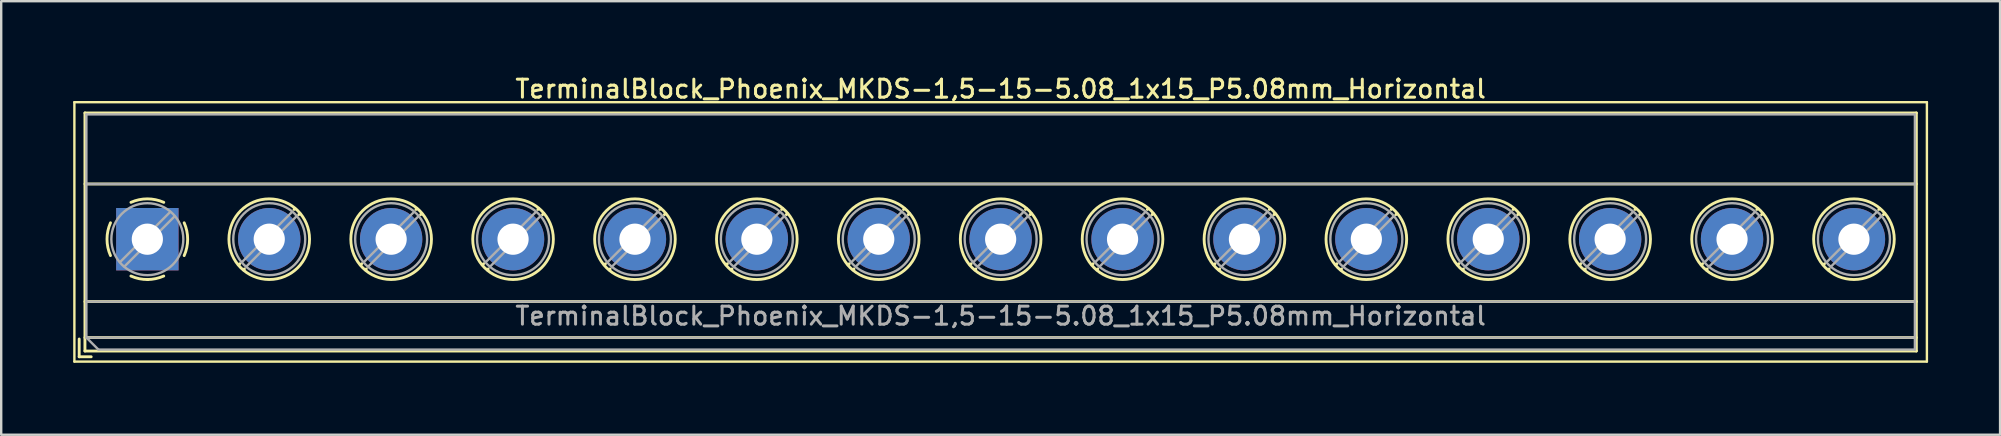
<source format=kicad_pcb>
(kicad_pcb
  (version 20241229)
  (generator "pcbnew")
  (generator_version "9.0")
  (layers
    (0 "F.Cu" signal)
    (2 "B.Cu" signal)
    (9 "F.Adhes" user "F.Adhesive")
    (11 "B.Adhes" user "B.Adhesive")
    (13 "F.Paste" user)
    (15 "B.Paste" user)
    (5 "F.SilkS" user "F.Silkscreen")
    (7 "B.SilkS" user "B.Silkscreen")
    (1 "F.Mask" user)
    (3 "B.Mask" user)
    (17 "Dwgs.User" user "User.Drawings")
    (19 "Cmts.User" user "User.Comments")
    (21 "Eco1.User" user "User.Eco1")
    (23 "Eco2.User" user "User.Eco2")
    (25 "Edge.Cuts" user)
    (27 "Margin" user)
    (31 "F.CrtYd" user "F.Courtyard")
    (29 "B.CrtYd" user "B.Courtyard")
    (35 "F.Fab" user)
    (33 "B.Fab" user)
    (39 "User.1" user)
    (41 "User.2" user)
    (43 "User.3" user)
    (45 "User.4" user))
  (footprint "TerminalBlock_Phoenix_MKDS-1,5-15-5.08_1x15_P5.08mm_Horizontal"
    (layer "F.Cu")
    (at 3.09 6.918)
    (property "Reference" "TerminalBlock_Phoenix_MKDS-1,5-15-5.08_1x15_P5.08mm_Horizontal" (at 35.56 -6.26 0) (layer "F.SilkS") (effects (font (size 0.75 0.75) (thickness 0.125))))
    (attr through_hole)
    (fp_line (start -3.04 -5.71) (end -3.04 5.1) (stroke (width 0.1) (type solid)) (layer "F.SilkS"))
    (fp_line (start -3.04 5.1) (end 74.16 5.1) (stroke (width 0.1) (type solid)) (layer "F.SilkS"))
    (fp_line (start -2.84 4.16) (end -2.84 4.9) (stroke (width 0.12) (type solid)) (layer "F.SilkS"))
    (fp_line (start -2.84 4.9) (end -2.34 4.9) (stroke (width 0.12) (type solid)) (layer "F.SilkS"))
    (fp_line (start -2.6 -5.261) (end -2.6 4.66) (stroke (width 0.12) (type solid)) (layer "F.SilkS"))
    (fp_line (start -2.6 -5.261) (end 73.721 -5.261) (stroke (width 0.12) (type solid)) (layer "F.SilkS"))
    (fp_line (start -2.6 -2.301) (end 73.721 -2.301) (stroke (width 0.12) (type solid)) (layer "F.SilkS"))
    (fp_line (start -2.6 2.6) (end 73.721 2.6) (stroke (width 0.12) (type solid)) (layer "F.SilkS"))
    (fp_line (start -2.6 4.1) (end 73.721 4.1) (stroke (width 0.12) (type solid)) (layer "F.SilkS"))
    (fp_line (start -2.6 4.66) (end 73.721 4.66) (stroke (width 0.12) (type solid)) (layer "F.SilkS"))
    (fp_line (start 3.853 1.023) (end 3.806 1.069) (stroke (width 0.12) (type solid)) (layer "F.SilkS"))
    (fp_line (start 4.046 1.239) (end 4.011 1.274) (stroke (width 0.12) (type solid)) (layer "F.SilkS"))
    (fp_line (start 6.15 -1.275) (end 6.115 -1.239) (stroke (width 0.12) (type solid)) (layer "F.SilkS"))
    (fp_line (start 6.355 -1.069) (end 6.308 -1.023) (stroke (width 0.12) (type solid)) (layer "F.SilkS"))
    (fp_line (start 8.933 1.023) (end 8.886 1.069) (stroke (width 0.12) (type solid)) (layer "F.SilkS"))
    (fp_line (start 9.126 1.239) (end 9.091 1.274) (stroke (width 0.12) (type solid)) (layer "F.SilkS"))
    (fp_line (start 11.23 -1.275) (end 11.195 -1.239) (stroke (width 0.12) (type solid)) (layer "F.SilkS"))
    (fp_line (start 11.435 -1.069) (end 11.388 -1.023) (stroke (width 0.12) (type solid)) (layer "F.SilkS"))
    (fp_line (start 14.013 1.023) (end 13.966 1.069) (stroke (width 0.12) (type solid)) (layer "F.SilkS"))
    (fp_line (start 14.206 1.239) (end 14.171 1.274) (stroke (width 0.12) (type solid)) (layer "F.SilkS"))
    (fp_line (start 16.31 -1.275) (end 16.275 -1.239) (stroke (width 0.12) (type solid)) (layer "F.SilkS"))
    (fp_line (start 16.515 -1.069) (end 16.468 -1.023) (stroke (width 0.12) (type solid)) (layer "F.SilkS"))
    (fp_line (start 19.093 1.023) (end 19.046 1.069) (stroke (width 0.12) (type solid)) (layer "F.SilkS"))
    (fp_line (start 19.286 1.239) (end 19.251 1.274) (stroke (width 0.12) (type solid)) (layer "F.SilkS"))
    (fp_line (start 21.39 -1.275) (end 21.355 -1.239) (stroke (width 0.12) (type solid)) (layer "F.SilkS"))
    (fp_line (start 21.595 -1.069) (end 21.548 -1.023) (stroke (width 0.12) (type solid)) (layer "F.SilkS"))
    (fp_line (start 24.173 1.023) (end 24.126 1.069) (stroke (width 0.12) (type solid)) (layer "F.SilkS"))
    (fp_line (start 24.366 1.239) (end 24.331 1.274) (stroke (width 0.12) (type solid)) (layer "F.SilkS"))
    (fp_line (start 26.47 -1.275) (end 26.435 -1.239) (stroke (width 0.12) (type solid)) (layer "F.SilkS"))
    (fp_line (start 26.675 -1.069) (end 26.628 -1.023) (stroke (width 0.12) (type solid)) (layer "F.SilkS"))
    (fp_line (start 29.253 1.023) (end 29.206 1.069) (stroke (width 0.12) (type solid)) (layer "F.SilkS"))
    (fp_line (start 29.446 1.239) (end 29.411 1.274) (stroke (width 0.12) (type solid)) (layer "F.SilkS"))
    (fp_line (start 31.55 -1.275) (end 31.515 -1.239) (stroke (width 0.12) (type solid)) (layer "F.SilkS"))
    (fp_line (start 31.755 -1.069) (end 31.708 -1.023) (stroke (width 0.12) (type solid)) (layer "F.SilkS"))
    (fp_line (start 34.333 1.023) (end 34.286 1.069) (stroke (width 0.12) (type solid)) (layer "F.SilkS"))
    (fp_line (start 34.526 1.239) (end 34.491 1.274) (stroke (width 0.12) (type solid)) (layer "F.SilkS"))
    (fp_line (start 36.63 -1.275) (end 36.595 -1.239) (stroke (width 0.12) (type solid)) (layer "F.SilkS"))
    (fp_line (start 36.835 -1.069) (end 36.788 -1.023) (stroke (width 0.12) (type solid)) (layer "F.SilkS"))
    (fp_line (start 39.413 1.023) (end 39.366 1.069) (stroke (width 0.12) (type solid)) (layer "F.SilkS"))
    (fp_line (start 39.606 1.239) (end 39.571 1.274) (stroke (width 0.12) (type solid)) (layer "F.SilkS"))
    (fp_line (start 41.71 -1.275) (end 41.675 -1.239) (stroke (width 0.12) (type solid)) (layer "F.SilkS"))
    (fp_line (start 41.915 -1.069) (end 41.868 -1.023) (stroke (width 0.12) (type solid)) (layer "F.SilkS"))
    (fp_line (start 44.493 1.023) (end 44.446 1.069) (stroke (width 0.12) (type solid)) (layer "F.SilkS"))
    (fp_line (start 44.686 1.239) (end 44.651 1.274) (stroke (width 0.12) (type solid)) (layer "F.SilkS"))
    (fp_line (start 46.79 -1.275) (end 46.755 -1.239) (stroke (width 0.12) (type solid)) (layer "F.SilkS"))
    (fp_line (start 46.995 -1.069) (end 46.948 -1.023) (stroke (width 0.12) (type solid)) (layer "F.SilkS"))
    (fp_line (start 49.573 1.023) (end 49.526 1.069) (stroke (width 0.12) (type solid)) (layer "F.SilkS"))
    (fp_line (start 49.766 1.239) (end 49.731 1.274) (stroke (width 0.12) (type solid)) (layer "F.SilkS"))
    (fp_line (start 51.87 -1.275) (end 51.835 -1.239) (stroke (width 0.12) (type solid)) (layer "F.SilkS"))
    (fp_line (start 52.075 -1.069) (end 52.028 -1.023) (stroke (width 0.12) (type solid)) (layer "F.SilkS"))
    (fp_line (start 54.653 1.023) (end 54.606 1.069) (stroke (width 0.12) (type solid)) (layer "F.SilkS"))
    (fp_line (start 54.846 1.239) (end 54.811 1.274) (stroke (width 0.12) (type solid)) (layer "F.SilkS"))
    (fp_line (start 56.95 -1.275) (end 56.915 -1.239) (stroke (width 0.12) (type solid)) (layer "F.SilkS"))
    (fp_line (start 57.155 -1.069) (end 57.108 -1.023) (stroke (width 0.12) (type solid)) (layer "F.SilkS"))
    (fp_line (start 59.733 1.023) (end 59.686 1.069) (stroke (width 0.12) (type solid)) (layer "F.SilkS"))
    (fp_line (start 59.926 1.239) (end 59.891 1.274) (stroke (width 0.12) (type solid)) (layer "F.SilkS"))
    (fp_line (start 62.03 -1.275) (end 61.995 -1.239) (stroke (width 0.12) (type solid)) (layer "F.SilkS"))
    (fp_line (start 62.235 -1.069) (end 62.188 -1.023) (stroke (width 0.12) (type solid)) (layer "F.SilkS"))
    (fp_line (start 64.813 1.023) (end 64.766 1.069) (stroke (width 0.12) (type solid)) (layer "F.SilkS"))
    (fp_line (start 65.006 1.239) (end 64.971 1.274) (stroke (width 0.12) (type solid)) (layer "F.SilkS"))
    (fp_line (start 67.11 -1.275) (end 67.075 -1.239) (stroke (width 0.12) (type solid)) (layer "F.SilkS"))
    (fp_line (start 67.315 -1.069) (end 67.268 -1.023) (stroke (width 0.12) (type solid)) (layer "F.SilkS"))
    (fp_line (start 69.893 1.023) (end 69.846 1.069) (stroke (width 0.12) (type solid)) (layer "F.SilkS"))
    (fp_line (start 70.086 1.239) (end 70.051 1.274) (stroke (width 0.12) (type solid)) (layer "F.SilkS"))
    (fp_line (start 72.19 -1.275) (end 72.155 -1.239) (stroke (width 0.12) (type solid)) (layer "F.SilkS"))
    (fp_line (start 72.395 -1.069) (end 72.348 -1.023) (stroke (width 0.12) (type solid)) (layer "F.SilkS"))
    (fp_line (start 73.721 -5.261) (end 73.721 4.66) (stroke (width 0.12) (type solid)) (layer "F.SilkS"))
    (fp_line (start 74.16 -5.71) (end -3.04 -5.71) (stroke (width 0.1) (type solid)) (layer "F.SilkS"))
    (fp_line (start 74.16 5.1) (end 74.16 -5.71) (stroke (width 0.1) (type solid)) (layer "F.SilkS"))
    (fp_arc (start -1.535427 0.683042) (mid -1.680501 -0.000524) (end -1.535 -0.684) (stroke (width 0.12) (type solid)) (layer "F.SilkS"))
    (fp_arc (start -0.683042 -1.535427) (mid 0.000524 -1.680501) (end 0.684 -1.535) (stroke (width 0.12) (type solid)) (layer "F.SilkS"))
    (fp_arc (start 0.028805 1.680253) (mid -0.335551 1.646659) (end -0.684 1.535) (stroke (width 0.12) (type solid)) (layer "F.SilkS"))
    (fp_arc (start 0.683318 1.534756) (mid 0.349292 1.643288) (end 0 1.68) (stroke (width 0.12) (type solid)) (layer "F.SilkS"))
    (fp_arc (start 1.535427 -0.683042) (mid 1.680501 0.000524) (end 1.535 0.684) (stroke (width 0.12) (type solid)) (layer "F.SilkS"))
    (fp_circle (center 5.08 0) (end 6.76 0) (stroke (width 0.12) (type solid)) (fill no) (layer "F.SilkS"))
    (fp_circle (center 10.16 0) (end 11.84 0) (stroke (width 0.12) (type solid)) (fill no) (layer "F.SilkS"))
    (fp_circle (center 15.24 0) (end 16.92 0) (stroke (width 0.12) (type solid)) (fill no) (layer "F.SilkS"))
    (fp_circle (center 20.32 0) (end 22 0) (stroke (width 0.12) (type solid)) (fill no) (layer "F.SilkS"))
    (fp_circle (center 25.4 0) (end 27.08 0) (stroke (width 0.12) (type solid)) (fill no) (layer "F.SilkS"))
    (fp_circle (center 30.48 0) (end 32.16 0) (stroke (width 0.12) (type solid)) (fill no) (layer "F.SilkS"))
    (fp_circle (center 35.56 0) (end 37.24 0) (stroke (width 0.12) (type solid)) (fill no) (layer "F.SilkS"))
    (fp_circle (center 40.64 0) (end 42.32 0) (stroke (width 0.12) (type solid)) (fill no) (layer "F.SilkS"))
    (fp_circle (center 45.72 0) (end 47.4 0) (stroke (width 0.12) (type solid)) (fill no) (layer "F.SilkS"))
    (fp_circle (center 50.8 0) (end 52.48 0) (stroke (width 0.12) (type solid)) (fill no) (layer "F.SilkS"))
    (fp_circle (center 55.88 0) (end 57.56 0) (stroke (width 0.12) (type solid)) (fill no) (layer "F.SilkS"))
    (fp_circle (center 60.96 0) (end 62.64 0) (stroke (width 0.12) (type solid)) (fill no) (layer "F.SilkS"))
    (fp_circle (center 66.04 0) (end 67.72 0) (stroke (width 0.12) (type solid)) (fill no) (layer "F.SilkS"))
    (fp_circle (center 71.12 0) (end 72.8 0) (stroke (width 0.12) (type solid)) (fill no) (layer "F.SilkS"))
    (fp_line (start -2.54 -5.2) (end 73.66 -5.2) (stroke (width 0.1) (type solid)) (layer "F.Fab"))
    (fp_line (start -2.54 -2.3) (end 73.66 -2.3) (stroke (width 0.1) (type solid)) (layer "F.Fab"))
    (fp_line (start -2.54 2.6) (end 73.66 2.6) (stroke (width 0.1) (type solid)) (layer "F.Fab"))
    (fp_line (start -2.54 4.1) (end -2.54 -5.2) (stroke (width 0.1) (type solid)) (layer "F.Fab"))
    (fp_line (start -2.54 4.1) (end 73.66 4.1) (stroke (width 0.1) (type solid)) (layer "F.Fab"))
    (fp_line (start -2.04 4.6) (end -2.54 4.1) (stroke (width 0.1) (type solid)) (layer "F.Fab"))
    (fp_line (start 0.955 -1.138) (end -1.138 0.955) (stroke (width 0.1) (type solid)) (layer "F.Fab"))
    (fp_line (start 1.138 -0.955) (end -0.955 1.138) (stroke (width 0.1) (type solid)) (layer "F.Fab"))
    (fp_line (start 6.035 -1.138) (end 3.943 0.955) (stroke (width 0.1) (type solid)) (layer "F.Fab"))
    (fp_line (start 6.218 -0.955) (end 4.126 1.138) (stroke (width 0.1) (type solid)) (layer "F.Fab"))
    (fp_line (start 11.115 -1.138) (end 9.023 0.955) (stroke (width 0.1) (type solid)) (layer "F.Fab"))
    (fp_line (start 11.298 -0.955) (end 9.206 1.138) (stroke (width 0.1) (type solid)) (layer "F.Fab"))
    (fp_line (start 16.195 -1.138) (end 14.103 0.955) (stroke (width 0.1) (type solid)) (layer "F.Fab"))
    (fp_line (start 16.378 -0.955) (end 14.286 1.138) (stroke (width 0.1) (type solid)) (layer "F.Fab"))
    (fp_line (start 21.275 -1.138) (end 19.183 0.955) (stroke (width 0.1) (type solid)) (layer "F.Fab"))
    (fp_line (start 21.458 -0.955) (end 19.366 1.138) (stroke (width 0.1) (type solid)) (layer "F.Fab"))
    (fp_line (start 26.355 -1.138) (end 24.263 0.955) (stroke (width 0.1) (type solid)) (layer "F.Fab"))
    (fp_line (start 26.538 -0.955) (end 24.446 1.138) (stroke (width 0.1) (type solid)) (layer "F.Fab"))
    (fp_line (start 31.435 -1.138) (end 29.343 0.955) (stroke (width 0.1) (type solid)) (layer "F.Fab"))
    (fp_line (start 31.618 -0.955) (end 29.526 1.138) (stroke (width 0.1) (type solid)) (layer "F.Fab"))
    (fp_line (start 36.515 -1.138) (end 34.423 0.955) (stroke (width 0.1) (type solid)) (layer "F.Fab"))
    (fp_line (start 36.698 -0.955) (end 34.606 1.138) (stroke (width 0.1) (type solid)) (layer "F.Fab"))
    (fp_line (start 41.595 -1.138) (end 39.503 0.955) (stroke (width 0.1) (type solid)) (layer "F.Fab"))
    (fp_line (start 41.778 -0.955) (end 39.686 1.138) (stroke (width 0.1) (type solid)) (layer "F.Fab"))
    (fp_line (start 46.675 -1.138) (end 44.583 0.955) (stroke (width 0.1) (type solid)) (layer "F.Fab"))
    (fp_line (start 46.858 -0.955) (end 44.766 1.138) (stroke (width 0.1) (type solid)) (layer "F.Fab"))
    (fp_line (start 51.755 -1.138) (end 49.663 0.955) (stroke (width 0.1) (type solid)) (layer "F.Fab"))
    (fp_line (start 51.938 -0.955) (end 49.846 1.138) (stroke (width 0.1) (type solid)) (layer "F.Fab"))
    (fp_line (start 56.835 -1.138) (end 54.743 0.955) (stroke (width 0.1) (type solid)) (layer "F.Fab"))
    (fp_line (start 57.018 -0.955) (end 54.926 1.138) (stroke (width 0.1) (type solid)) (layer "F.Fab"))
    (fp_line (start 61.915 -1.138) (end 59.823 0.955) (stroke (width 0.1) (type solid)) (layer "F.Fab"))
    (fp_line (start 62.098 -0.955) (end 60.006 1.138) (stroke (width 0.1) (type solid)) (layer "F.Fab"))
    (fp_line (start 66.995 -1.138) (end 64.903 0.955) (stroke (width 0.1) (type solid)) (layer "F.Fab"))
    (fp_line (start 67.178 -0.955) (end 65.086 1.138) (stroke (width 0.1) (type solid)) (layer "F.Fab"))
    (fp_line (start 72.075 -1.138) (end 69.983 0.955) (stroke (width 0.1) (type solid)) (layer "F.Fab"))
    (fp_line (start 72.258 -0.955) (end 70.166 1.138) (stroke (width 0.1) (type solid)) (layer "F.Fab"))
    (fp_line (start 73.66 -5.2) (end 73.66 4.6) (stroke (width 0.1) (type solid)) (layer "F.Fab"))
    (fp_line (start 73.66 4.6) (end -2.04 4.6) (stroke (width 0.1) (type solid)) (layer "F.Fab"))
    (fp_circle (center 0 0) (end 1.5 0) (stroke (width 0.1) (type solid)) (fill no) (layer "F.Fab"))
    (fp_circle (center 5.08 0) (end 6.58 0) (stroke (width 0.1) (type solid)) (fill no) (layer "F.Fab"))
    (fp_circle (center 10.16 0) (end 11.66 0) (stroke (width 0.1) (type solid)) (fill no) (layer "F.Fab"))
    (fp_circle (center 15.24 0) (end 16.74 0) (stroke (width 0.1) (type solid)) (fill no) (layer "F.Fab"))
    (fp_circle (center 20.32 0) (end 21.82 0) (stroke (width 0.1) (type solid)) (fill no) (layer "F.Fab"))
    (fp_circle (center 25.4 0) (end 26.9 0) (stroke (width 0.1) (type solid)) (fill no) (layer "F.Fab"))
    (fp_circle (center 30.48 0) (end 31.98 0) (stroke (width 0.1) (type solid)) (fill no) (layer "F.Fab"))
    (fp_circle (center 35.56 0) (end 37.06 0) (stroke (width 0.1) (type solid)) (fill no) (layer "F.Fab"))
    (fp_circle (center 40.64 0) (end 42.14 0) (stroke (width 0.1) (type solid)) (fill no) (layer "F.Fab"))
    (fp_circle (center 45.72 0) (end 47.22 0) (stroke (width 0.1) (type solid)) (fill no) (layer "F.Fab"))
    (fp_circle (center 50.8 0) (end 52.3 0) (stroke (width 0.1) (type solid)) (fill no) (layer "F.Fab"))
    (fp_circle (center 55.88 0) (end 57.38 0) (stroke (width 0.1) (type solid)) (fill no) (layer "F.Fab"))
    (fp_circle (center 60.96 0) (end 62.46 0) (stroke (width 0.1) (type solid)) (fill no) (layer "F.Fab"))
    (fp_circle (center 66.04 0) (end 67.54 0) (stroke (width 0.1) (type solid)) (fill no) (layer "F.Fab"))
    (fp_circle (center 71.12 0) (end 72.62 0) (stroke (width 0.1) (type solid)) (fill no) (layer "F.Fab"))
    (fp_text user "${REFERENCE}" (at 35.56 3.2 0) (layer "F.Fab") (effects (font (size 0.75 0.75) (thickness 0.125))))
    (pad "1" thru_hole rect (at 0 0) (size 2.6 2.6) (drill 1.3) (layers "*.Cu" "*.Mask"))
    (pad "2" thru_hole circle (at 5.08 0) (size 2.6 2.6) (drill 1.3) (layers "*.Cu" "*.Mask"))
    (pad "3" thru_hole circle (at 10.16 0) (size 2.6 2.6) (drill 1.3) (layers "*.Cu" "*.Mask"))
    (pad "4" thru_hole circle (at 15.24 0) (size 2.6 2.6) (drill 1.3) (layers "*.Cu" "*.Mask"))
    (pad "5" thru_hole circle (at 20.32 0) (size 2.6 2.6) (drill 1.3) (layers "*.Cu" "*.Mask"))
    (pad "6" thru_hole circle (at 25.4 0) (size 2.6 2.6) (drill 1.3) (layers "*.Cu" "*.Mask"))
    (pad "7" thru_hole circle (at 30.48 0) (size 2.6 2.6) (drill 1.3) (layers "*.Cu" "*.Mask"))
    (pad "8" thru_hole circle (at 35.56 0) (size 2.6 2.6) (drill 1.3) (layers "*.Cu" "*.Mask"))
    (pad "9" thru_hole circle (at 40.64 0) (size 2.6 2.6) (drill 1.3) (layers "*.Cu" "*.Mask"))
    (pad "10" thru_hole circle (at 45.72 0) (size 2.6 2.6) (drill 1.3) (layers "*.Cu" "*.Mask"))
    (pad "11" thru_hole circle (at 50.8 0) (size 2.6 2.6) (drill 1.3) (layers "*.Cu" "*.Mask"))
    (pad "12" thru_hole circle (at 55.88 0) (size 2.6 2.6) (drill 1.3) (layers "*.Cu" "*.Mask"))
    (pad "13" thru_hole circle (at 60.96 0) (size 2.6 2.6) (drill 1.3) (layers "*.Cu" "*.Mask"))
    (pad "14" thru_hole circle (at 66.04 0) (size 2.6 2.6) (drill 1.3) (layers "*.Cu" "*.Mask"))
    (pad "15" thru_hole circle (at 71.12 0) (size 2.6 2.6) (drill 1.3) (layers "*.Cu" "*.Mask")))
  (gr_rect
    (start -3 -3)
    (end 80.3 15.068)
    (stroke (width 0.1) (type default))
    (fill no)
    (layer "Edge.Cuts")))
</source>
